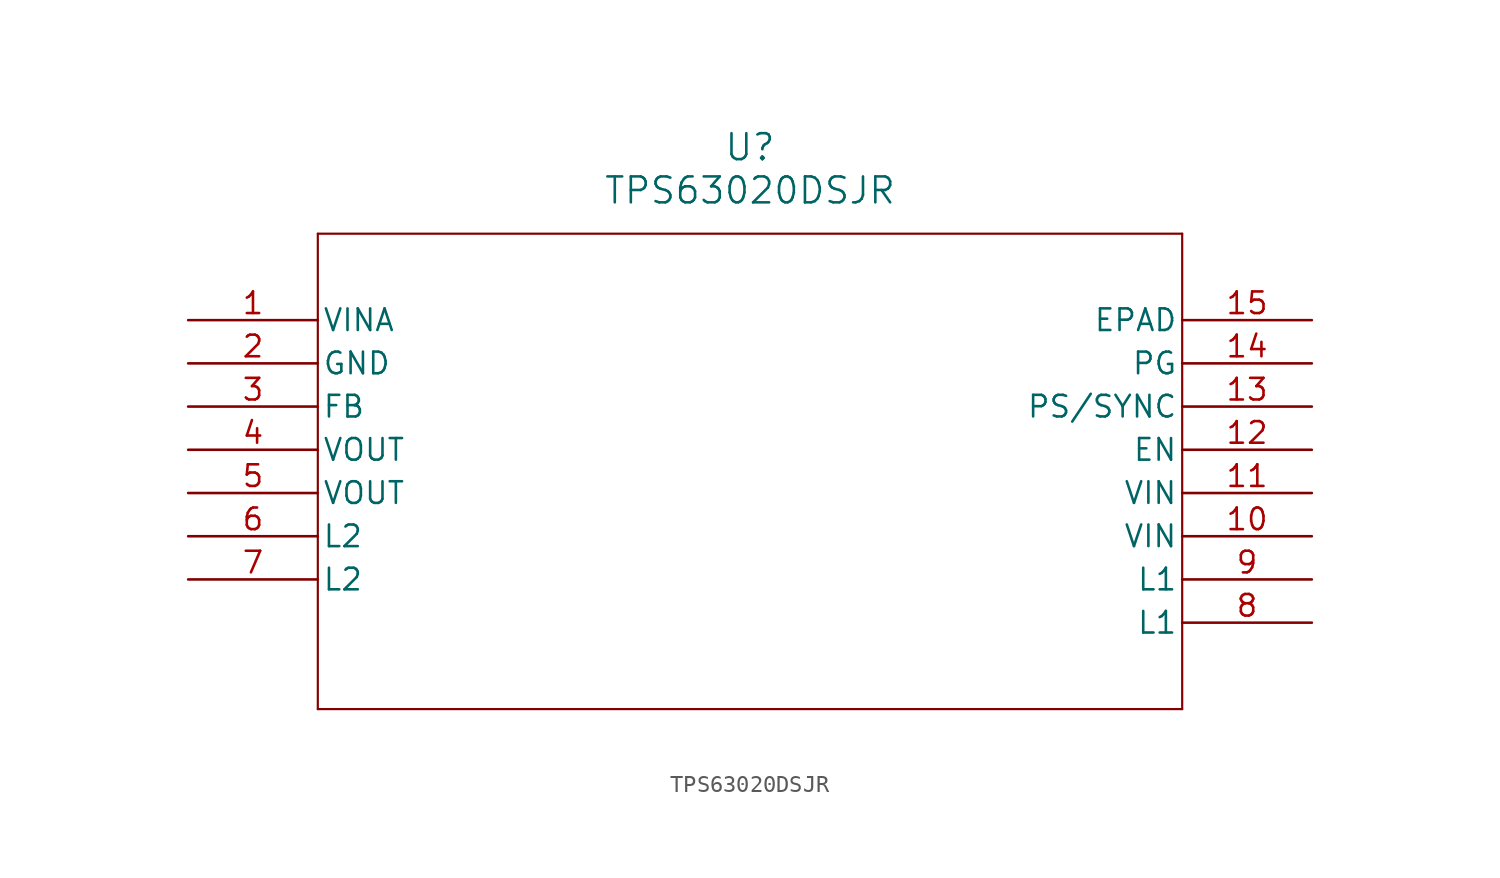
<source format=kicad_sym>
(kicad_symbol_lib
  (version 20241209)
  (generator "kicad_symbol_editor")
  (generator_version "9.0")
  (symbol "TPS63020DSJR"
    (pin_names
      (offset 0.254))
    (property "Reference" "U"
      (at 33.02 10.16 0)
      (effects (font (size 1.524 1.524))))
    (property "Value" "TPS63020DSJR"
      (at 33.02 7.62 0)
      (effects (font (size 1.524 1.524))))
    (property "ki_locked" ""
      (at 0 0 0)
      (effects (font (size 1.27 1.27))))
    (symbol "TPS63020DSJR_0_1"
      (polyline (pts (xy 7.62 5.08) (xy 7.62 -22.86)) (stroke (width 0.127) (type default)) (fill (type none)))
      (polyline (pts (xy 7.62 -22.86) (xy 58.42 -22.86)) (stroke (width 0.127) (type default)) (fill (type none)))
      (polyline (pts (xy 58.42 5.08) (xy 7.62 5.08)) (stroke (width 0.127) (type default)) (fill (type none)))
      (polyline (pts (xy 58.42 -22.86) (xy 58.42 5.08)) (stroke (width 0.127) (type default)) (fill (type none)))
      (pin input line (at 0 0 0) (length 7.62) (name "VINA" (effects (font (size 1.27 1.27)))) (number "1" (effects (font (size 1.27 1.27)))))
      (pin power_in line (at 0 -2.54 0) (length 7.62) (name "GND" (effects (font (size 1.27 1.27)))) (number "2" (effects (font (size 1.27 1.27)))))
      (pin input line (at 0 -5.08 0) (length 7.62) (name "FB" (effects (font (size 1.27 1.27)))) (number "3" (effects (font (size 1.27 1.27)))))
      (pin output line (at 0 -7.62 0) (length 7.62) (name "VOUT" (effects (font (size 1.27 1.27)))) (number "4" (effects (font (size 1.27 1.27)))))
      (pin output line (at 0 -10.16 0) (length 7.62) (name "VOUT" (effects (font (size 1.27 1.27)))) (number "5" (effects (font (size 1.27 1.27)))))
      (pin input line (at 0 -12.7 0) (length 7.62) (name "L2" (effects (font (size 1.27 1.27)))) (number "6" (effects (font (size 1.27 1.27)))))
      (pin input line (at 0 -15.24 0) (length 7.62) (name "L2" (effects (font (size 1.27 1.27)))) (number "7" (effects (font (size 1.27 1.27)))))
      (pin unspecified line (at 66.04 0 180) (length 7.62) (name "EPAD" (effects (font (size 1.27 1.27)))) (number "15" (effects (font (size 1.27 1.27)))))
      (pin output line (at 66.04 -2.54 180) (length 7.62) (name "PG" (effects (font (size 1.27 1.27)))) (number "14" (effects (font (size 1.27 1.27)))))
      (pin input line (at 66.04 -5.08 180) (length 7.62) (name "PS/SYNC" (effects (font (size 1.27 1.27)))) (number "13" (effects (font (size 1.27 1.27)))))
      (pin input line (at 66.04 -7.62 180) (length 7.62) (name "EN" (effects (font (size 1.27 1.27)))) (number "12" (effects (font (size 1.27 1.27)))))
      (pin input line (at 66.04 -10.16 180) (length 7.62) (name "VIN" (effects (font (size 1.27 1.27)))) (number "11" (effects (font (size 1.27 1.27)))))
      (pin input line (at 66.04 -12.7 180) (length 7.62) (name "VIN" (effects (font (size 1.27 1.27)))) (number "10" (effects (font (size 1.27 1.27)))))
      (pin input line (at 66.04 -15.24 180) (length 7.62) (name "L1" (effects (font (size 1.27 1.27)))) (number "9" (effects (font (size 1.27 1.27)))))
      (pin input line (at 66.04 -17.78 180) (length 7.62) (name "L1" (effects (font (size 1.27 1.27)))) (number "8" (effects (font (size 1.27 1.27))))))))
</source>
